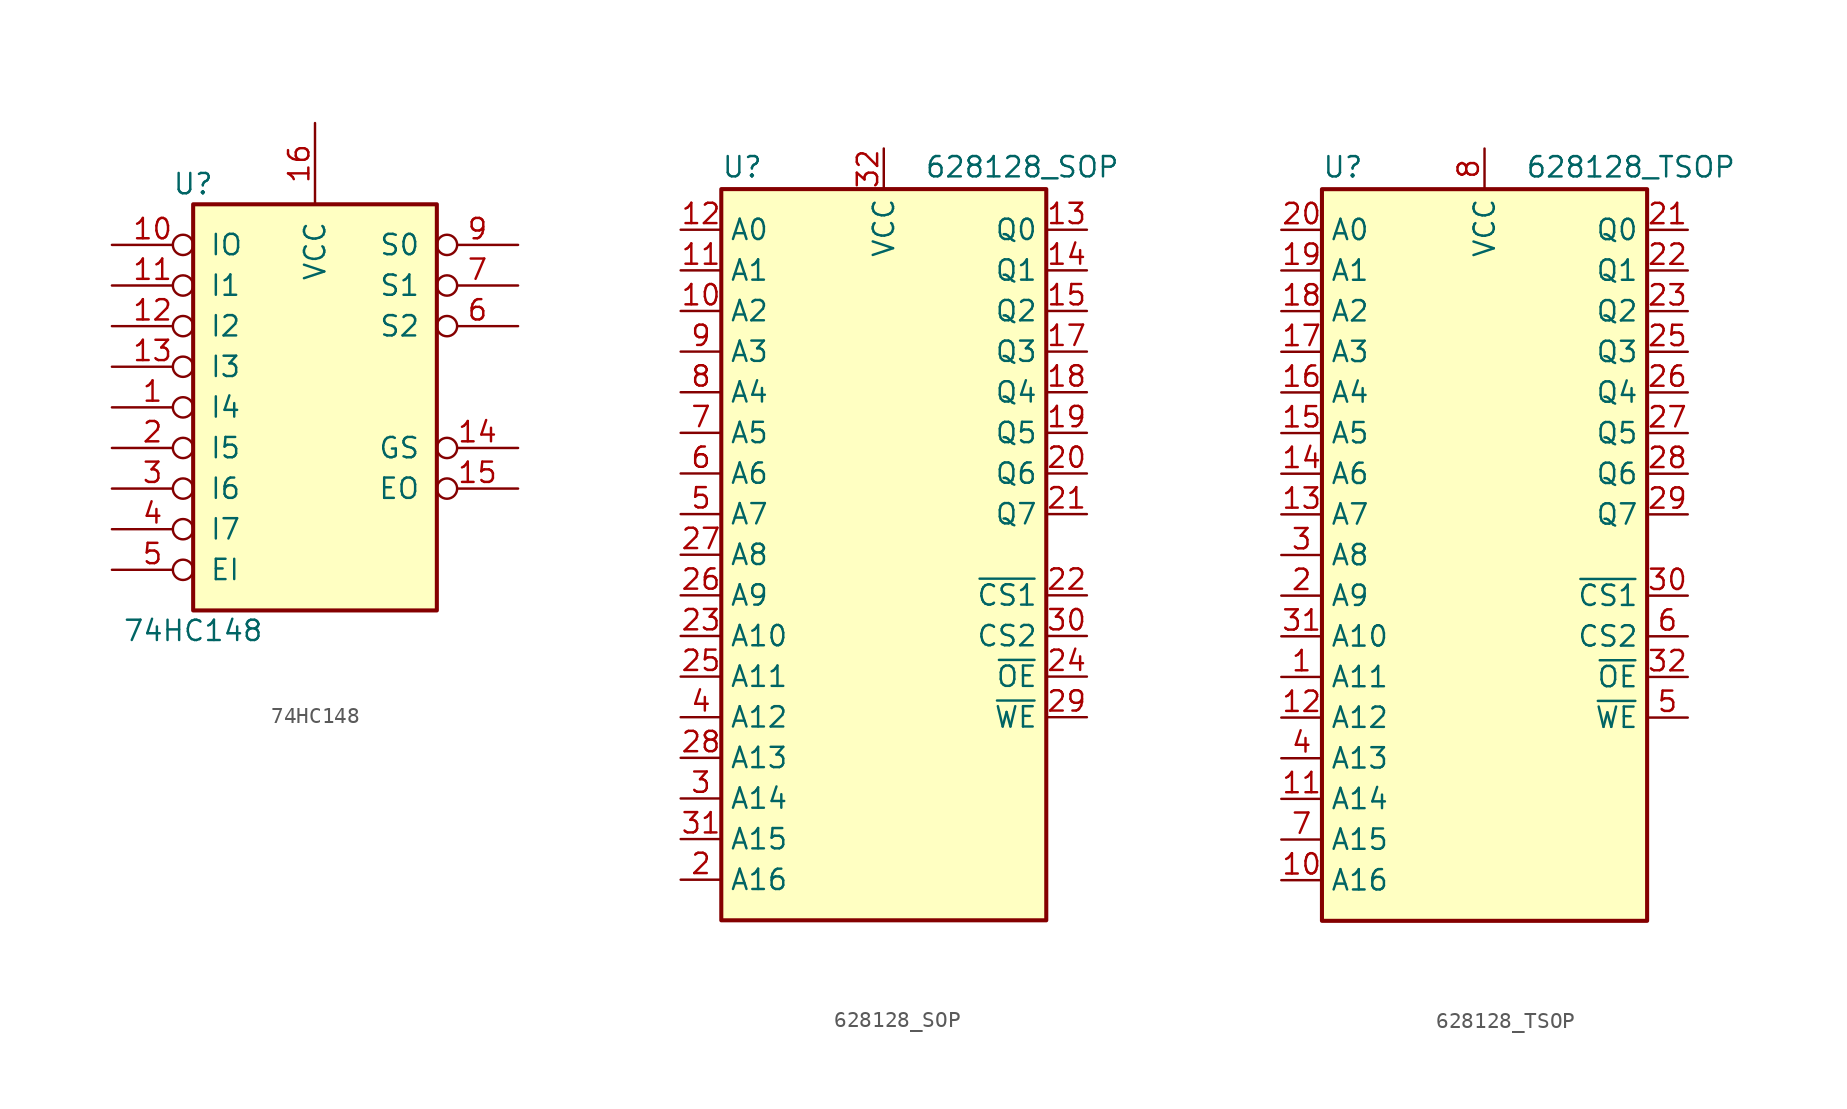
<source format=kicad_sym>
(kicad_symbol_lib
  (version 20211014)
  (generator kicad_symbol_editor)
  (symbol "74HC148"
    (pin_names
      (offset 1.016))
    (property "Reference" "U"
      (at -7.62 13.97 0)
      (effects (font (size 1.27 1.27))))
    (property "Value" "74HC148"
      (at -7.62 -13.97 0)
      (effects (font (size 1.27 1.27))))
    (symbol "74HC148_1_0"
      (pin input inverted (at -12.7 0 0) (length 5.08) (name "I4" (effects (font (size 1.27 1.27)))) (number "1" (effects (font (size 1.27 1.27)))))
      (pin input inverted (at -12.7 10.16 0) (length 5.08) (name "IO" (effects (font (size 1.27 1.27)))) (number "10" (effects (font (size 1.27 1.27)))))
      (pin input inverted (at -12.7 7.62 0) (length 5.08) (name "I1" (effects (font (size 1.27 1.27)))) (number "11" (effects (font (size 1.27 1.27)))))
      (pin input inverted (at -12.7 5.08 0) (length 5.08) (name "I2" (effects (font (size 1.27 1.27)))) (number "12" (effects (font (size 1.27 1.27)))))
      (pin input inverted (at -12.7 2.54 0) (length 5.08) (name "I3" (effects (font (size 1.27 1.27)))) (number "13" (effects (font (size 1.27 1.27)))))
      (pin output inverted (at 12.7 -2.54 180) (length 5.08) (name "GS" (effects (font (size 1.27 1.27)))) (number "14" (effects (font (size 1.27 1.27)))))
      (pin output inverted (at 12.7 -5.08 180) (length 5.08) (name "EO" (effects (font (size 1.27 1.27)))) (number "15" (effects (font (size 1.27 1.27)))))
      (pin power_in line (at 0 17.78 270) (length 5.08) (name "VCC" (effects (font (size 1.27 1.27)))) (number "16" (effects (font (size 1.27 1.27)))))
      (pin input inverted (at -12.7 -2.54 0) (length 5.08) (name "I5" (effects (font (size 1.27 1.27)))) (number "2" (effects (font (size 1.27 1.27)))))
      (pin input inverted (at -12.7 -5.08 0) (length 5.08) (name "I6" (effects (font (size 1.27 1.27)))) (number "3" (effects (font (size 1.27 1.27)))))
      (pin input inverted (at -12.7 -7.62 0) (length 5.08) (name "I7" (effects (font (size 1.27 1.27)))) (number "4" (effects (font (size 1.27 1.27)))))
      (pin input inverted (at -12.7 -10.16 0) (length 5.08) (name "EI" (effects (font (size 1.27 1.27)))) (number "5" (effects (font (size 1.27 1.27)))))
      (pin output inverted (at 12.7 5.08 180) (length 5.08) (name "S2" (effects (font (size 1.27 1.27)))) (number "6" (effects (font (size 1.27 1.27)))))
      (pin output inverted (at 12.7 7.62 180) (length 5.08) (name "S1" (effects (font (size 1.27 1.27)))) (number "7" (effects (font (size 1.27 1.27)))))
      (pin power_in line (at 0 -12.7 90) (length 5.08) hide (name "GND" (effects (font (size 1.27 1.27)))) (number "8" (effects (font (size 1.27 1.27)))))
      (pin output inverted (at 12.7 10.16 180) (length 5.08) (name "S0" (effects (font (size 1.27 1.27)))) (number "9" (effects (font (size 1.27 1.27))))))
    (symbol "74HC148_1_1"
      (rectangle (start -7.62 12.7) (end 7.62 -12.7) (stroke (width 0.254) (type default) (color 0 0 0 0)) (fill (type background)))))
  (symbol "628128_SOP"
    (property "Reference" "U"
      (at -10.16 23.495 0)
      (effects (font (size 1.27 1.27)) (justify left bottom)))
    (property "Value" "628128_SOP"
      (at 2.54 23.495 0)
      (effects (font (size 1.27 1.27)) (justify left bottom)))
    (symbol "628128_SOP_0_0"
      (pin power_in line (at 0 -22.86 90) (length 2.54) hide (name "GND" (effects (font (size 1.27 1.27)))) (number "16" (effects (font (size 1.27 1.27)))))
      (pin power_in line (at 0 25.4 270) (length 2.54) (name "VCC" (effects (font (size 1.27 1.27)))) (number "32" (effects (font (size 1.27 1.27))))))
    (symbol "628128_SOP_0_1"
      (rectangle (start -10.16 22.86) (end 10.16 -22.86) (stroke (width 0.254) (type default) (color 0 0 0 0)) (fill (type background))))
    (symbol "628128_SOP_1_1"
      (pin no_connect line (at 10.16 -20.32 180) (length 2.54) hide (name "NC" (effects (font (size 1.27 1.27)))) (number "1" (effects (font (size 1.27 1.27)))))
      (pin input line (at -12.7 15.24 0) (length 2.54) (name "A2" (effects (font (size 1.27 1.27)))) (number "10" (effects (font (size 1.27 1.27)))))
      (pin input line (at -12.7 17.78 0) (length 2.54) (name "A1" (effects (font (size 1.27 1.27)))) (number "11" (effects (font (size 1.27 1.27)))))
      (pin input line (at -12.7 20.32 0) (length 2.54) (name "A0" (effects (font (size 1.27 1.27)))) (number "12" (effects (font (size 1.27 1.27)))))
      (pin tri_state line (at 12.7 20.32 180) (length 2.54) (name "Q0" (effects (font (size 1.27 1.27)))) (number "13" (effects (font (size 1.27 1.27)))))
      (pin tri_state line (at 12.7 17.78 180) (length 2.54) (name "Q1" (effects (font (size 1.27 1.27)))) (number "14" (effects (font (size 1.27 1.27)))))
      (pin tri_state line (at 12.7 15.24 180) (length 2.54) (name "Q2" (effects (font (size 1.27 1.27)))) (number "15" (effects (font (size 1.27 1.27)))))
      (pin tri_state line (at 12.7 12.7 180) (length 2.54) (name "Q3" (effects (font (size 1.27 1.27)))) (number "17" (effects (font (size 1.27 1.27)))))
      (pin tri_state line (at 12.7 10.16 180) (length 2.54) (name "Q4" (effects (font (size 1.27 1.27)))) (number "18" (effects (font (size 1.27 1.27)))))
      (pin tri_state line (at 12.7 7.62 180) (length 2.54) (name "Q5" (effects (font (size 1.27 1.27)))) (number "19" (effects (font (size 1.27 1.27)))))
      (pin input line (at -12.7 -20.32 0) (length 2.54) (name "A16" (effects (font (size 1.27 1.27)))) (number "2" (effects (font (size 1.27 1.27)))))
      (pin tri_state line (at 12.7 5.08 180) (length 2.54) (name "Q6" (effects (font (size 1.27 1.27)))) (number "20" (effects (font (size 1.27 1.27)))))
      (pin tri_state line (at 12.7 2.54 180) (length 2.54) (name "Q7" (effects (font (size 1.27 1.27)))) (number "21" (effects (font (size 1.27 1.27)))))
      (pin input line (at 12.7 -2.54 180) (length 2.54) (name "~{CS1}" (effects (font (size 1.27 1.27)))) (number "22" (effects (font (size 1.27 1.27)))))
      (pin input line (at -12.7 -5.08 0) (length 2.54) (name "A10" (effects (font (size 1.27 1.27)))) (number "23" (effects (font (size 1.27 1.27)))))
      (pin input line (at 12.7 -7.62 180) (length 2.54) (name "~{OE}" (effects (font (size 1.27 1.27)))) (number "24" (effects (font (size 1.27 1.27)))))
      (pin input line (at -12.7 -7.62 0) (length 2.54) (name "A11" (effects (font (size 1.27 1.27)))) (number "25" (effects (font (size 1.27 1.27)))))
      (pin input line (at -12.7 -2.54 0) (length 2.54) (name "A9" (effects (font (size 1.27 1.27)))) (number "26" (effects (font (size 1.27 1.27)))))
      (pin input line (at -12.7 0 0) (length 2.54) (name "A8" (effects (font (size 1.27 1.27)))) (number "27" (effects (font (size 1.27 1.27)))))
      (pin input line (at -12.7 -12.7 0) (length 2.54) (name "A13" (effects (font (size 1.27 1.27)))) (number "28" (effects (font (size 1.27 1.27)))))
      (pin input line (at 12.7 -10.16 180) (length 2.54) (name "~{WE}" (effects (font (size 1.27 1.27)))) (number "29" (effects (font (size 1.27 1.27)))))
      (pin input line (at -12.7 -15.24 0) (length 2.54) (name "A14" (effects (font (size 1.27 1.27)))) (number "3" (effects (font (size 1.27 1.27)))))
      (pin input line (at 12.7 -5.08 180) (length 2.54) (name "CS2" (effects (font (size 1.27 1.27)))) (number "30" (effects (font (size 1.27 1.27)))))
      (pin input line (at -12.7 -17.78 0) (length 2.54) (name "A15" (effects (font (size 1.27 1.27)))) (number "31" (effects (font (size 1.27 1.27)))))
      (pin input line (at -12.7 -10.16 0) (length 2.54) (name "A12" (effects (font (size 1.27 1.27)))) (number "4" (effects (font (size 1.27 1.27)))))
      (pin input line (at -12.7 2.54 0) (length 2.54) (name "A7" (effects (font (size 1.27 1.27)))) (number "5" (effects (font (size 1.27 1.27)))))
      (pin input line (at -12.7 5.08 0) (length 2.54) (name "A6" (effects (font (size 1.27 1.27)))) (number "6" (effects (font (size 1.27 1.27)))))
      (pin input line (at -12.7 7.62 0) (length 2.54) (name "A5" (effects (font (size 1.27 1.27)))) (number "7" (effects (font (size 1.27 1.27)))))
      (pin input line (at -12.7 10.16 0) (length 2.54) (name "A4" (effects (font (size 1.27 1.27)))) (number "8" (effects (font (size 1.27 1.27)))))
      (pin input line (at -12.7 12.7 0) (length 2.54) (name "A3" (effects (font (size 1.27 1.27)))) (number "9" (effects (font (size 1.27 1.27)))))))
  (symbol "628128_TSOP"
    (property "Reference" "U"
      (at -10.16 23.495 0)
      (effects (font (size 1.27 1.27)) (justify left bottom)))
    (property "Value" "628128_TSOP"
      (at 2.54 23.495 0)
      (effects (font (size 1.27 1.27)) (justify left bottom)))
    (symbol "628128_TSOP_0_0"
      (pin power_in line (at 0 -22.86 90) (length 2.54) hide (name "GND" (effects (font (size 1.27 1.27)))) (number "24" (effects (font (size 1.27 1.27)))))
      (pin power_in line (at 0 25.4 270) (length 2.54) (name "VCC" (effects (font (size 1.27 1.27)))) (number "8" (effects (font (size 1.27 1.27))))))
    (symbol "628128_TSOP_0_1"
      (rectangle (start -10.16 22.86) (end 10.16 -22.86) (stroke (width 0.254) (type default) (color 0 0 0 0)) (fill (type background))))
    (symbol "628128_TSOP_1_1"
      (pin input line (at -12.7 -7.62 0) (length 2.54) (name "A11" (effects (font (size 1.27 1.27)))) (number "1" (effects (font (size 1.27 1.27)))))
      (pin input line (at -12.7 -20.32 0) (length 2.54) (name "A16" (effects (font (size 1.27 1.27)))) (number "10" (effects (font (size 1.27 1.27)))))
      (pin input line (at -12.7 -15.24 0) (length 2.54) (name "A14" (effects (font (size 1.27 1.27)))) (number "11" (effects (font (size 1.27 1.27)))))
      (pin input line (at -12.7 -10.16 0) (length 2.54) (name "A12" (effects (font (size 1.27 1.27)))) (number "12" (effects (font (size 1.27 1.27)))))
      (pin input line (at -12.7 2.54 0) (length 2.54) (name "A7" (effects (font (size 1.27 1.27)))) (number "13" (effects (font (size 1.27 1.27)))))
      (pin input line (at -12.7 5.08 0) (length 2.54) (name "A6" (effects (font (size 1.27 1.27)))) (number "14" (effects (font (size 1.27 1.27)))))
      (pin input line (at -12.7 7.62 0) (length 2.54) (name "A5" (effects (font (size 1.27 1.27)))) (number "15" (effects (font (size 1.27 1.27)))))
      (pin input line (at -12.7 10.16 0) (length 2.54) (name "A4" (effects (font (size 1.27 1.27)))) (number "16" (effects (font (size 1.27 1.27)))))
      (pin input line (at -12.7 12.7 0) (length 2.54) (name "A3" (effects (font (size 1.27 1.27)))) (number "17" (effects (font (size 1.27 1.27)))))
      (pin input line (at -12.7 15.24 0) (length 2.54) (name "A2" (effects (font (size 1.27 1.27)))) (number "18" (effects (font (size 1.27 1.27)))))
      (pin input line (at -12.7 17.78 0) (length 2.54) (name "A1" (effects (font (size 1.27 1.27)))) (number "19" (effects (font (size 1.27 1.27)))))
      (pin input line (at -12.7 -2.54 0) (length 2.54) (name "A9" (effects (font (size 1.27 1.27)))) (number "2" (effects (font (size 1.27 1.27)))))
      (pin input line (at -12.7 20.32 0) (length 2.54) (name "A0" (effects (font (size 1.27 1.27)))) (number "20" (effects (font (size 1.27 1.27)))))
      (pin tri_state line (at 12.7 20.32 180) (length 2.54) (name "Q0" (effects (font (size 1.27 1.27)))) (number "21" (effects (font (size 1.27 1.27)))))
      (pin tri_state line (at 12.7 17.78 180) (length 2.54) (name "Q1" (effects (font (size 1.27 1.27)))) (number "22" (effects (font (size 1.27 1.27)))))
      (pin tri_state line (at 12.7 15.24 180) (length 2.54) (name "Q2" (effects (font (size 1.27 1.27)))) (number "23" (effects (font (size 1.27 1.27)))))
      (pin tri_state line (at 12.7 12.7 180) (length 2.54) (name "Q3" (effects (font (size 1.27 1.27)))) (number "25" (effects (font (size 1.27 1.27)))))
      (pin tri_state line (at 12.7 10.16 180) (length 2.54) (name "Q4" (effects (font (size 1.27 1.27)))) (number "26" (effects (font (size 1.27 1.27)))))
      (pin tri_state line (at 12.7 7.62 180) (length 2.54) (name "Q5" (effects (font (size 1.27 1.27)))) (number "27" (effects (font (size 1.27 1.27)))))
      (pin tri_state line (at 12.7 5.08 180) (length 2.54) (name "Q6" (effects (font (size 1.27 1.27)))) (number "28" (effects (font (size 1.27 1.27)))))
      (pin tri_state line (at 12.7 2.54 180) (length 2.54) (name "Q7" (effects (font (size 1.27 1.27)))) (number "29" (effects (font (size 1.27 1.27)))))
      (pin input line (at -12.7 0 0) (length 2.54) (name "A8" (effects (font (size 1.27 1.27)))) (number "3" (effects (font (size 1.27 1.27)))))
      (pin input line (at 12.7 -2.54 180) (length 2.54) (name "~{CS1}" (effects (font (size 1.27 1.27)))) (number "30" (effects (font (size 1.27 1.27)))))
      (pin input line (at -12.7 -5.08 0) (length 2.54) (name "A10" (effects (font (size 1.27 1.27)))) (number "31" (effects (font (size 1.27 1.27)))))
      (pin input line (at 12.7 -7.62 180) (length 2.54) (name "~{OE}" (effects (font (size 1.27 1.27)))) (number "32" (effects (font (size 1.27 1.27)))))
      (pin input line (at -12.7 -12.7 0) (length 2.54) (name "A13" (effects (font (size 1.27 1.27)))) (number "4" (effects (font (size 1.27 1.27)))))
      (pin input line (at 12.7 -10.16 180) (length 2.54) (name "~{WE}" (effects (font (size 1.27 1.27)))) (number "5" (effects (font (size 1.27 1.27)))))
      (pin input line (at 12.7 -5.08 180) (length 2.54) (name "CS2" (effects (font (size 1.27 1.27)))) (number "6" (effects (font (size 1.27 1.27)))))
      (pin input line (at -12.7 -17.78 0) (length 2.54) (name "A15" (effects (font (size 1.27 1.27)))) (number "7" (effects (font (size 1.27 1.27)))))
      (pin no_connect line (at 10.16 -20.32 180) (length 2.54) hide (name "NC" (effects (font (size 1.27 1.27)))) (number "9" (effects (font (size 1.27 1.27))))))))
</source>
